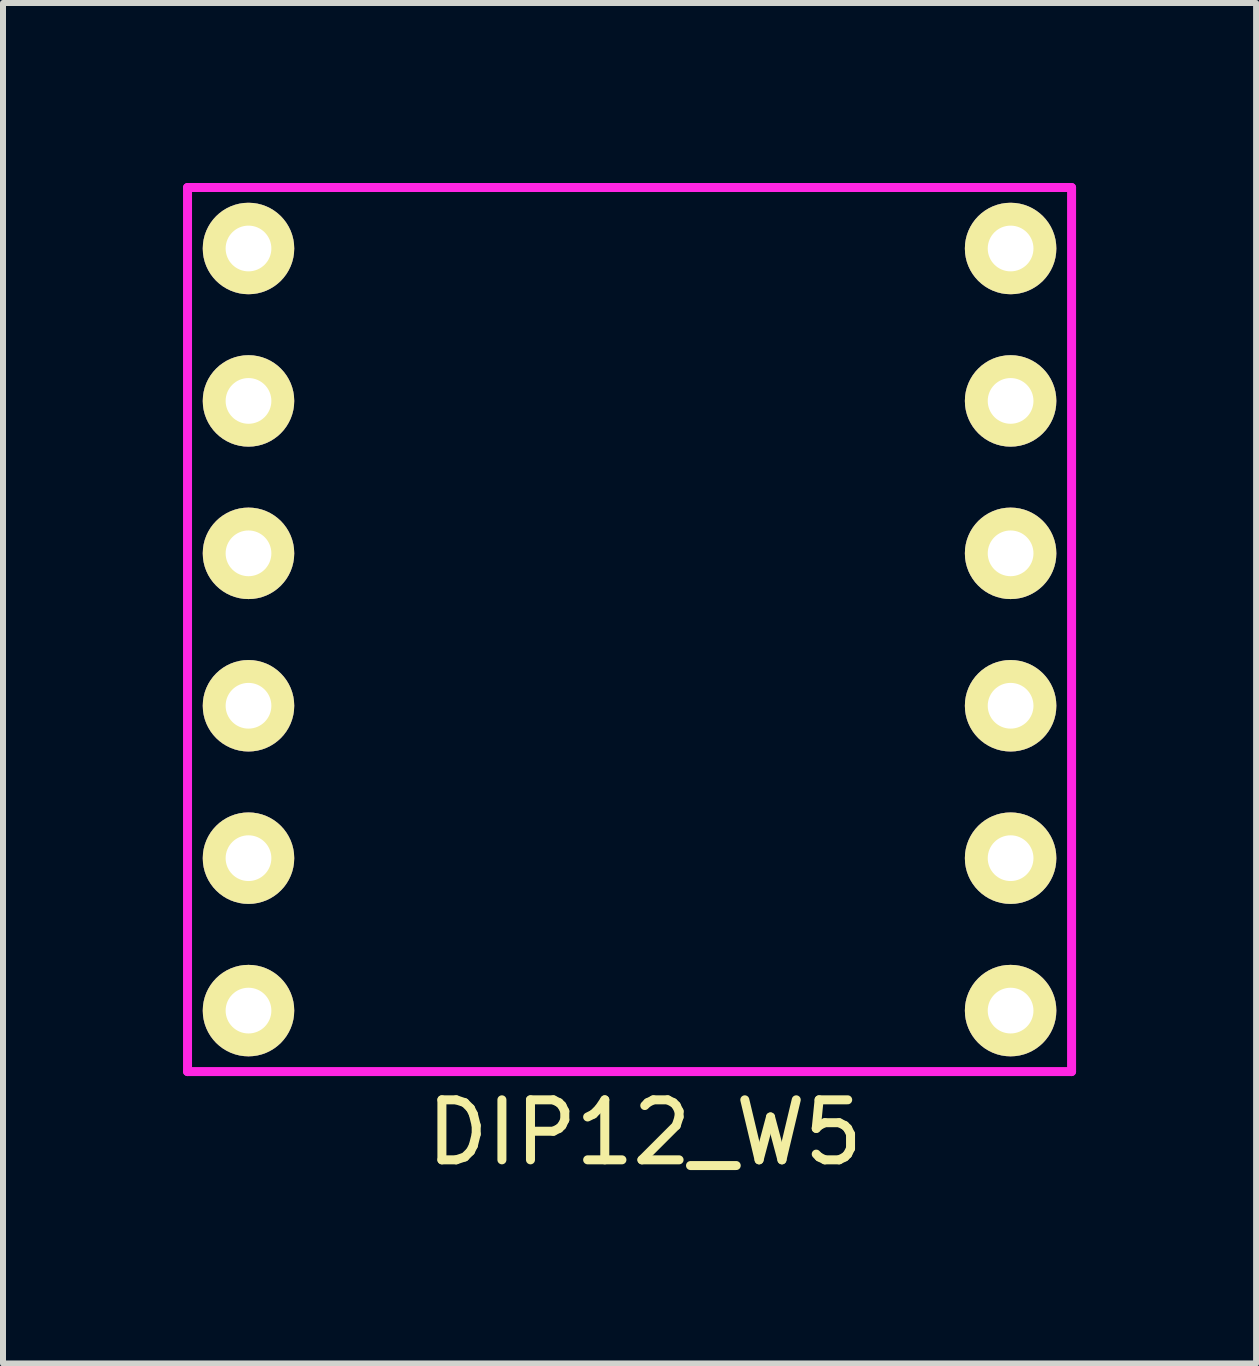
<source format=kicad_pcb>
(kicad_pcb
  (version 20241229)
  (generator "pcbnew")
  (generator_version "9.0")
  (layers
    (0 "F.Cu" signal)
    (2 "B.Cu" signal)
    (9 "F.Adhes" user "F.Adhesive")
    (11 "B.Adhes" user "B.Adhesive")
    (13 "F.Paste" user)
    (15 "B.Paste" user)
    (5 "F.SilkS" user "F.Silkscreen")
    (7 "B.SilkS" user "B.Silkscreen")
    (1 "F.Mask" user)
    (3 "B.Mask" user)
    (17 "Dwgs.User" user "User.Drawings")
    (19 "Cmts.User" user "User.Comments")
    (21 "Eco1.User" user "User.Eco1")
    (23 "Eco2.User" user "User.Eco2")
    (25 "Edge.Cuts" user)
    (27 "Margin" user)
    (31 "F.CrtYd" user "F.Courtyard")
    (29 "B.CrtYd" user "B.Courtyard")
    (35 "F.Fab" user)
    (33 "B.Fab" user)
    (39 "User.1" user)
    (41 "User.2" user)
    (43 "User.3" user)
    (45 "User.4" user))
  (footprint "DIP12_W5"
    (layer "F.Cu")
    (at 1.091 1.091)
    (property "Reference" "DIP12_W5" (at 6.604 14.732 0) (layer "F.SilkS") (effects (font (size 1 1) (thickness 0.15))))
    (attr through_hole)
    (fp_line (start -1.016 -1.016) (end -1.016 13.716) (stroke (width 0.15) (type solid)) (layer "F.CrtYd"))
    (fp_line (start -1.016 13.716) (end 13.716 13.716) (stroke (width 0.15) (type solid)) (layer "F.CrtYd"))
    (fp_line (start 13.716 -1.016) (end -1.016 -1.016) (stroke (width 0.15) (type solid)) (layer "F.CrtYd"))
    (fp_line (start 13.716 13.716) (end 13.716 -1.016) (stroke (width 0.15) (type solid)) (layer "F.CrtYd"))
    (pad "1" thru_hole circle (at 0 0) (size 1.524 1.524) (drill 0.762) (layers "*.Cu" "*.Mask" "F.SilkS"))
    (pad "2" thru_hole circle (at 0 2.54) (size 1.524 1.524) (drill 0.762) (layers "*.Cu" "*.Mask" "F.SilkS"))
    (pad "3" thru_hole circle (at 0 5.08) (size 1.524 1.524) (drill 0.762) (layers "*.Cu" "*.Mask" "F.SilkS"))
    (pad "4" thru_hole circle (at 0 7.62) (size 1.524 1.524) (drill 0.762) (layers "*.Cu" "*.Mask" "F.SilkS"))
    (pad "5" thru_hole circle (at 0 10.16) (size 1.524 1.524) (drill 0.762) (layers "*.Cu" "*.Mask" "F.SilkS"))
    (pad "6" thru_hole circle (at 0 12.7) (size 1.524 1.524) (drill 0.762) (layers "*.Cu" "*.Mask" "F.SilkS"))
    (pad "7" thru_hole circle (at 12.7 12.7) (size 1.524 1.524) (drill 0.762) (layers "*.Cu" "*.Mask" "F.SilkS"))
    (pad "8" thru_hole circle (at 12.7 10.16) (size 1.524 1.524) (drill 0.762) (layers "*.Cu" "*.Mask" "F.SilkS"))
    (pad "9" thru_hole circle (at 12.7 7.62) (size 1.524 1.524) (drill 0.762) (layers "*.Cu" "*.Mask" "F.SilkS"))
    (pad "10" thru_hole circle (at 12.7 5.08) (size 1.524 1.524) (drill 0.762) (layers "*.Cu" "*.Mask" "F.SilkS"))
    (pad "11" thru_hole circle (at 12.7 2.54) (size 1.524 1.524) (drill 0.762) (layers "*.Cu" "*.Mask" "F.SilkS"))
    (pad "12" thru_hole circle (at 12.7 0) (size 1.524 1.524) (drill 0.762) (layers "*.Cu" "*.Mask" "F.SilkS")))
  (gr_rect
    (start -3 -3)
    (end 17.882 19.671)
    (stroke (width 0.1) (type default))
    (fill no)
    (layer "Edge.Cuts")))
</source>
